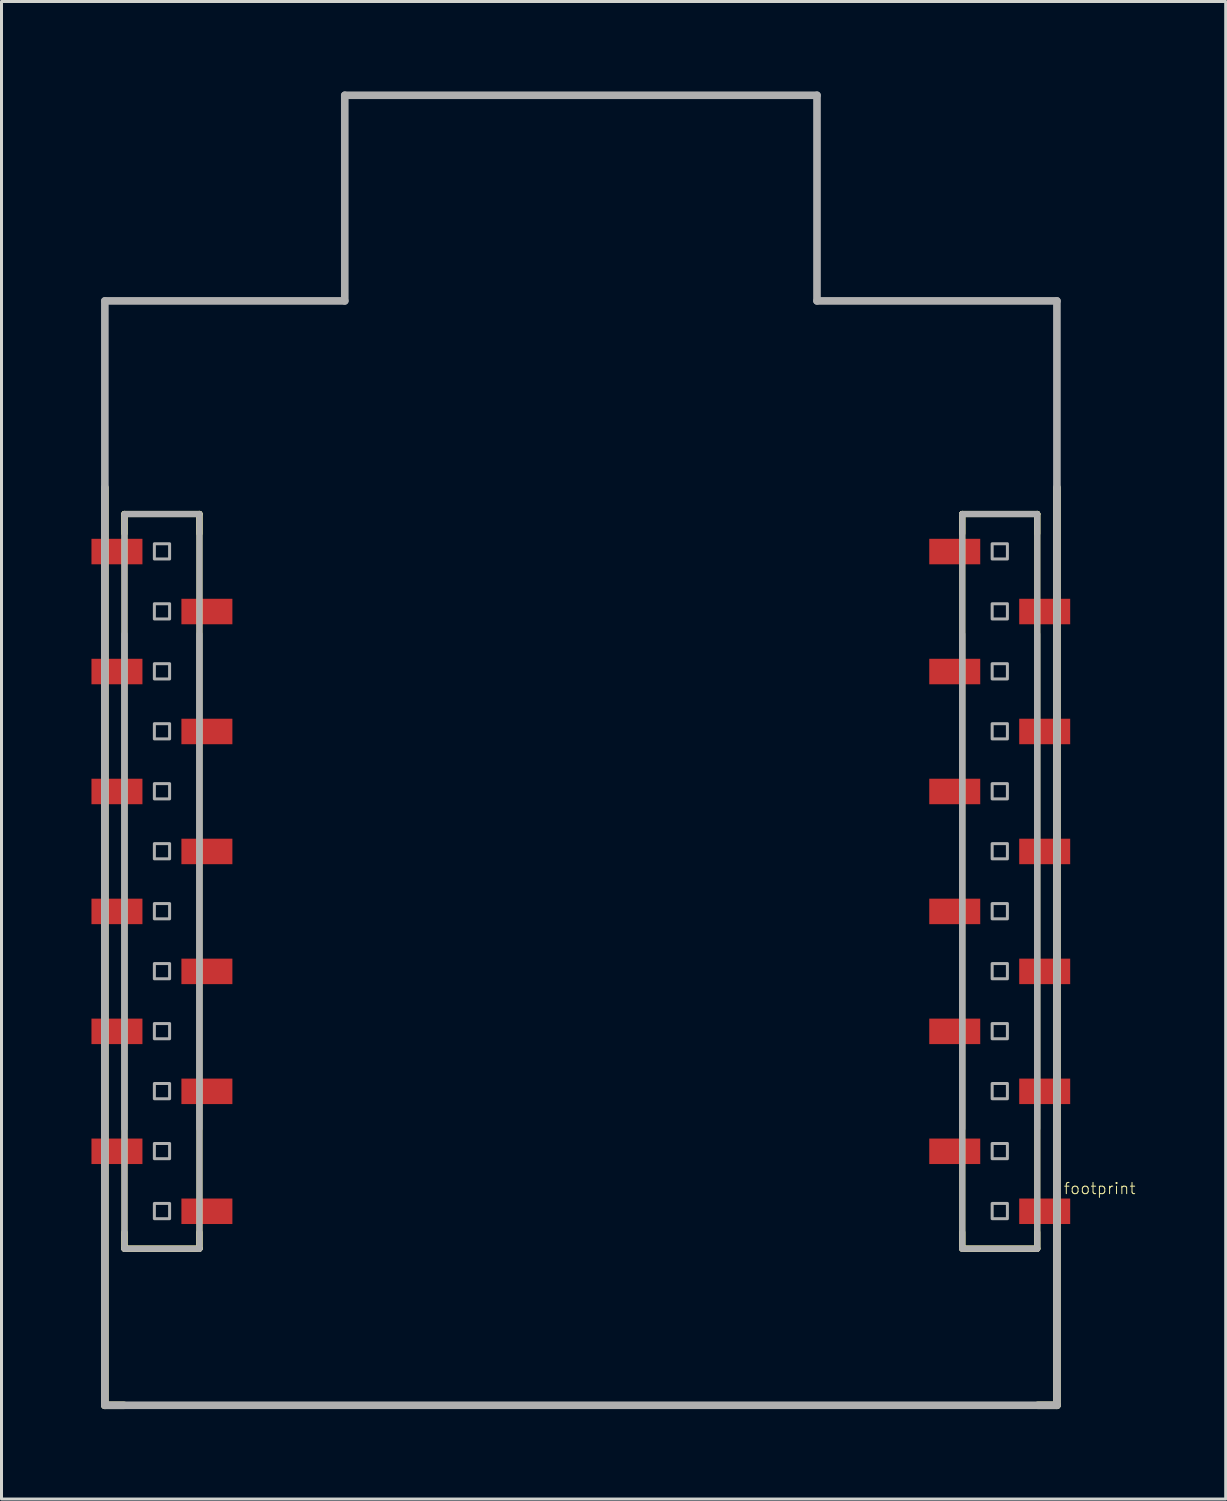
<source format=kicad_pcb>
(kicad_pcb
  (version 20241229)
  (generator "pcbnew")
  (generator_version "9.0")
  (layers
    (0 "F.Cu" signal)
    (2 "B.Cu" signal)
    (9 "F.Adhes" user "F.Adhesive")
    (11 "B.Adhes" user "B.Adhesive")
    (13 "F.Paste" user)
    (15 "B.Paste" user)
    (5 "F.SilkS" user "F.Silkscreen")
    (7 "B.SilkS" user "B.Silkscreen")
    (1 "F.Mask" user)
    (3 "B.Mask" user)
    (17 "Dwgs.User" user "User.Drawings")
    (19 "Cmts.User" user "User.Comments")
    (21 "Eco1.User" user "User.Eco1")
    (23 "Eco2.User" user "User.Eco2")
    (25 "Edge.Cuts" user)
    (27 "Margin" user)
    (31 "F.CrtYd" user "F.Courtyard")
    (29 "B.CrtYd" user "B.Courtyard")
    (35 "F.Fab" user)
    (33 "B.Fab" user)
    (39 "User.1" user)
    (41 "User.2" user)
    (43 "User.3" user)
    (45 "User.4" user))
  (footprint "footprint"
    (layer "F.Cu")
    (at 16.322 24.638)
    (property "Reference" "footprint" (at 16.078 12.167 0) (layer "F.SilkS") (effects (font (size 0.374 0.374) (thickness 0.033)) (justify left bottom)))
    (fp_line (start -15.875 19.177) (end -15.875 -11.43) (stroke (width 0.254) (type solid)) (layer "F.SilkS"))
    (fp_line (start -15.875 19.177) (end -15.24 19.177) (stroke (width 0.254) (type solid)) (layer "F.SilkS"))
    (fp_line (start -15.222 -10.544) (end -15.222 -9.894) (stroke (width 0.203) (type solid)) (layer "F.SilkS"))
    (fp_line (start -15.222 13.957) (end -15.222 13.407) (stroke (width 0.203) (type solid)) (layer "F.SilkS"))
    (fp_line (start -15.222 13.957) (end -12.722 13.957) (stroke (width 0.203) (type solid)) (layer "F.SilkS"))
    (fp_line (start -15.22 -10.55) (end -12.72 -10.55) (stroke (width 0.203) (type solid)) (layer "F.SilkS"))
    (fp_line (start -15.22 13.95) (end -15.22 -10.55) (stroke (width 0.203) (type solid)) (layer "F.SilkS"))
    (fp_line (start -15.22 13.95) (end -12.72 13.95) (stroke (width 0.203) (type solid)) (layer "F.SilkS"))
    (fp_line (start -12.722 -10.544) (end -15.222 -10.544) (stroke (width 0.203) (type solid)) (layer "F.SilkS"))
    (fp_line (start -12.722 -9.894) (end -12.722 -10.544) (stroke (width 0.203) (type solid)) (layer "F.SilkS"))
    (fp_line (start -12.722 13.957) (end -12.722 13.407) (stroke (width 0.203) (type solid)) (layer "F.SilkS"))
    (fp_line (start -12.72 -10.55) (end -12.72 13.95) (stroke (width 0.203) (type solid)) (layer "F.SilkS"))
    (fp_line (start 12.718 -10.544) (end 12.718 -9.894) (stroke (width 0.203) (type solid)) (layer "F.SilkS"))
    (fp_line (start 12.718 13.957) (end 12.718 13.407) (stroke (width 0.203) (type solid)) (layer "F.SilkS"))
    (fp_line (start 12.718 13.957) (end 15.218 13.957) (stroke (width 0.203) (type solid)) (layer "F.SilkS"))
    (fp_line (start 12.72 -10.55) (end 15.22 -10.55) (stroke (width 0.203) (type solid)) (layer "F.SilkS"))
    (fp_line (start 12.72 13.95) (end 12.72 -10.55) (stroke (width 0.203) (type solid)) (layer "F.SilkS"))
    (fp_line (start 12.72 13.95) (end 15.22 13.95) (stroke (width 0.203) (type solid)) (layer "F.SilkS"))
    (fp_line (start 15.218 -10.544) (end 12.718 -10.544) (stroke (width 0.203) (type solid)) (layer "F.SilkS"))
    (fp_line (start 15.218 -9.894) (end 15.218 -10.544) (stroke (width 0.203) (type solid)) (layer "F.SilkS"))
    (fp_line (start 15.218 13.957) (end 15.218 13.407) (stroke (width 0.203) (type solid)) (layer "F.SilkS"))
    (fp_line (start 15.22 -10.55) (end 15.22 13.95) (stroke (width 0.203) (type solid)) (layer "F.SilkS"))
    (fp_line (start 15.875 19.177) (end 15.24 19.177) (stroke (width 0.254) (type solid)) (layer "F.SilkS"))
    (fp_line (start 15.875 19.177) (end 15.875 -11.43) (stroke (width 0.254) (type solid)) (layer "F.SilkS"))
    (fp_line (start -15.875 -17.653) (end -7.874 -17.653) (stroke (width 0.254) (type solid)) (layer "F.Fab"))
    (fp_line (start -15.875 19.177) (end -15.875 -17.653) (stroke (width 0.254) (type solid)) (layer "F.Fab"))
    (fp_line (start -15.875 19.177) (end 15.875 19.177) (stroke (width 0.254) (type solid)) (layer "F.Fab"))
    (fp_line (start -15.222 -10.544) (end -12.722 -10.544) (stroke (width 0.203) (type solid)) (layer "F.Fab"))
    (fp_line (start -15.222 9.956) (end -15.222 -10.544) (stroke (width 0.203) (type solid)) (layer "F.Fab"))
    (fp_line (start -15.222 13.957) (end -15.222 -6.543) (stroke (width 0.203) (type solid)) (layer "F.Fab"))
    (fp_line (start -15.222 13.957) (end -12.722 13.957) (stroke (width 0.203) (type solid)) (layer "F.Fab"))
    (fp_line (start -12.722 -10.544) (end -12.722 9.956) (stroke (width 0.203) (type solid)) (layer "F.Fab"))
    (fp_line (start -12.722 -6.543) (end -12.722 13.957) (stroke (width 0.203) (type solid)) (layer "F.Fab"))
    (fp_line (start -7.874 -24.511) (end 7.874 -24.511) (stroke (width 0.254) (type solid)) (layer "F.Fab"))
    (fp_line (start -7.874 -17.653) (end -7.874 -24.511) (stroke (width 0.254) (type solid)) (layer "F.Fab"))
    (fp_line (start 7.874 -17.653) (end 7.874 -24.511) (stroke (width 0.254) (type solid)) (layer "F.Fab"))
    (fp_line (start 7.874 -17.653) (end 15.875 -17.653) (stroke (width 0.254) (type solid)) (layer "F.Fab"))
    (fp_line (start 12.718 -10.544) (end 15.218 -10.544) (stroke (width 0.203) (type solid)) (layer "F.Fab"))
    (fp_line (start 12.718 9.956) (end 12.718 -10.544) (stroke (width 0.203) (type solid)) (layer "F.Fab"))
    (fp_line (start 12.718 13.957) (end 12.718 -6.543) (stroke (width 0.203) (type solid)) (layer "F.Fab"))
    (fp_line (start 12.718 13.957) (end 15.218 13.957) (stroke (width 0.203) (type solid)) (layer "F.Fab"))
    (fp_line (start 15.218 -10.544) (end 15.218 9.956) (stroke (width 0.203) (type solid)) (layer "F.Fab"))
    (fp_line (start 15.218 -6.543) (end 15.218 13.957) (stroke (width 0.203) (type solid)) (layer "F.Fab"))
    (fp_line (start 15.875 19.177) (end 15.875 -17.653) (stroke (width 0.254) (type solid)) (layer "F.Fab"))
    (fp_poly (pts (xy -13.716 -9.046) (xy -13.716 -9.554) (xy -14.224 -9.554) (xy -14.224 -9.046)) (stroke (width 0.1) (type solid)) (fill no) (layer "F.Fab"))
    (fp_poly (pts (xy -13.716 -7.046) (xy -13.716 -7.554) (xy -14.224 -7.554) (xy -14.224 -7.046)) (stroke (width 0.1) (type solid)) (fill no) (layer "F.Fab"))
    (fp_poly (pts (xy -13.716 -5.046) (xy -13.716 -5.554) (xy -14.224 -5.554) (xy -14.224 -5.046)) (stroke (width 0.1) (type solid)) (fill no) (layer "F.Fab"))
    (fp_poly (pts (xy -13.716 -3.046) (xy -13.716 -3.554) (xy -14.224 -3.554) (xy -14.224 -3.046)) (stroke (width 0.1) (type solid)) (fill no) (layer "F.Fab"))
    (fp_poly (pts (xy -13.716 -1.046) (xy -13.716 -1.554) (xy -14.224 -1.554) (xy -14.224 -1.046)) (stroke (width 0.1) (type solid)) (fill no) (layer "F.Fab"))
    (fp_poly (pts (xy -13.716 0.954) (xy -13.716 0.446) (xy -14.224 0.446) (xy -14.224 0.954)) (stroke (width 0.1) (type solid)) (fill no) (layer "F.Fab"))
    (fp_poly (pts (xy -13.716 2.954) (xy -13.716 2.446) (xy -14.224 2.446) (xy -14.224 2.954)) (stroke (width 0.1) (type solid)) (fill no) (layer "F.Fab"))
    (fp_poly (pts (xy -13.716 4.954) (xy -13.716 4.446) (xy -14.224 4.446) (xy -14.224 4.954)) (stroke (width 0.1) (type solid)) (fill no) (layer "F.Fab"))
    (fp_poly (pts (xy -13.716 6.954) (xy -13.716 6.446) (xy -14.224 6.446) (xy -14.224 6.954)) (stroke (width 0.1) (type solid)) (fill no) (layer "F.Fab"))
    (fp_poly (pts (xy -13.716 8.954) (xy -13.716 8.446) (xy -14.224 8.446) (xy -14.224 8.954)) (stroke (width 0.1) (type solid)) (fill no) (layer "F.Fab"))
    (fp_poly (pts (xy -13.716 10.954) (xy -13.716 10.446) (xy -14.224 10.446) (xy -14.224 10.954)) (stroke (width 0.1) (type solid)) (fill no) (layer "F.Fab"))
    (fp_poly (pts (xy -13.716 12.954) (xy -13.716 12.446) (xy -14.224 12.446) (xy -14.224 12.954)) (stroke (width 0.1) (type solid)) (fill no) (layer "F.Fab"))
    (fp_poly (pts (xy 14.224 -9.046) (xy 14.224 -9.554) (xy 13.716 -9.554) (xy 13.716 -9.046)) (stroke (width 0.1) (type solid)) (fill no) (layer "F.Fab"))
    (fp_poly (pts (xy 14.224 -7.046) (xy 14.224 -7.554) (xy 13.716 -7.554) (xy 13.716 -7.046)) (stroke (width 0.1) (type solid)) (fill no) (layer "F.Fab"))
    (fp_poly (pts (xy 14.224 -5.046) (xy 14.224 -5.554) (xy 13.716 -5.554) (xy 13.716 -5.046)) (stroke (width 0.1) (type solid)) (fill no) (layer "F.Fab"))
    (fp_poly (pts (xy 14.224 -3.046) (xy 14.224 -3.554) (xy 13.716 -3.554) (xy 13.716 -3.046)) (stroke (width 0.1) (type solid)) (fill no) (layer "F.Fab"))
    (fp_poly (pts (xy 14.224 -1.046) (xy 14.224 -1.554) (xy 13.716 -1.554) (xy 13.716 -1.046)) (stroke (width 0.1) (type solid)) (fill no) (layer "F.Fab"))
    (fp_poly (pts (xy 14.224 0.954) (xy 14.224 0.446) (xy 13.716 0.446) (xy 13.716 0.954)) (stroke (width 0.1) (type solid)) (fill no) (layer "F.Fab"))
    (fp_poly (pts (xy 14.224 2.954) (xy 14.224 2.446) (xy 13.716 2.446) (xy 13.716 2.954)) (stroke (width 0.1) (type solid)) (fill no) (layer "F.Fab"))
    (fp_poly (pts (xy 14.224 4.954) (xy 14.224 4.446) (xy 13.716 4.446) (xy 13.716 4.954)) (stroke (width 0.1) (type solid)) (fill no) (layer "F.Fab"))
    (fp_poly (pts (xy 14.224 6.954) (xy 14.224 6.446) (xy 13.716 6.446) (xy 13.716 6.954)) (stroke (width 0.1) (type solid)) (fill no) (layer "F.Fab"))
    (fp_poly (pts (xy 14.224 8.954) (xy 14.224 8.446) (xy 13.716 8.446) (xy 13.716 8.954)) (stroke (width 0.1) (type solid)) (fill no) (layer "F.Fab"))
    (fp_poly (pts (xy 14.224 10.954) (xy 14.224 10.446) (xy 13.716 10.446) (xy 13.716 10.954)) (stroke (width 0.1) (type solid)) (fill no) (layer "F.Fab"))
    (fp_poly (pts (xy 14.224 12.954) (xy 14.224 12.446) (xy 13.716 12.446) (xy 13.716 12.954)) (stroke (width 0.1) (type solid)) (fill no) (layer "F.Fab"))
    (pad "P1" smd rect (at -15.472 -9.294 90) (size 0.85 1.7) (layers "F.Cu" "F.Mask" "F.Paste"))
    (pad "P2" smd rect (at 12.468 -9.294 90) (size 0.85 1.7) (layers "F.Cu" "F.Mask" "F.Paste"))
    (pad "P3" smd rect (at -12.472 -7.294 90) (size 0.85 1.7) (layers "F.Cu" "F.Mask" "F.Paste"))
    (pad "P4" smd rect (at 15.468 -7.294 90) (size 0.85 1.7) (layers "F.Cu" "F.Mask" "F.Paste"))
    (pad "P5" smd rect (at -15.472 -5.293 90) (size 0.85 1.7) (layers "F.Cu" "F.Mask" "F.Paste"))
    (pad "P6" smd rect (at 12.468 -5.293 90) (size 0.85 1.7) (layers "F.Cu" "F.Mask" "F.Paste"))
    (pad "P7" smd rect (at -12.472 -3.294 90) (size 0.85 1.7) (layers "F.Cu" "F.Mask" "F.Paste"))
    (pad "P8" smd rect (at 15.468 -3.294 90) (size 0.85 1.7) (layers "F.Cu" "F.Mask" "F.Paste"))
    (pad "P9" smd rect (at -15.472 -1.293 90) (size 0.85 1.7) (layers "F.Cu" "F.Mask" "F.Paste"))
    (pad "P10" smd rect (at 12.468 -1.293 90) (size 0.85 1.7) (layers "F.Cu" "F.Mask" "F.Paste"))
    (pad "P11" smd rect (at -12.472 0.707 90) (size 0.85 1.7) (layers "F.Cu" "F.Mask" "F.Paste"))
    (pad "P12" smd rect (at 15.468 0.707 90) (size 0.85 1.7) (layers "F.Cu" "F.Mask" "F.Paste"))
    (pad "P13" smd rect (at -15.472 2.707 90) (size 0.85 1.7) (layers "F.Cu" "F.Mask" "F.Paste"))
    (pad "P14" smd rect (at 12.468 2.707 90) (size 0.85 1.7) (layers "F.Cu" "F.Mask" "F.Paste"))
    (pad "P15" smd rect (at -12.472 4.707 90) (size 0.85 1.7) (layers "F.Cu" "F.Mask" "F.Paste"))
    (pad "P16" smd rect (at 15.468 4.707 90) (size 0.85 1.7) (layers "F.Cu" "F.Mask" "F.Paste"))
    (pad "P17" smd rect (at -15.472 6.707 90) (size 0.85 1.7) (layers "F.Cu" "F.Mask" "F.Paste"))
    (pad "P18" smd rect (at 12.468 6.707 90) (size 0.85 1.7) (layers "F.Cu" "F.Mask" "F.Paste"))
    (pad "P19" smd rect (at -12.472 8.707 90) (size 0.85 1.7) (layers "F.Cu" "F.Mask" "F.Paste"))
    (pad "P20" smd rect (at 15.468 8.707 90) (size 0.85 1.7) (layers "F.Cu" "F.Mask" "F.Paste"))
    (pad "P21" smd rect (at -15.472 10.707 90) (size 0.85 1.7) (layers "F.Cu" "F.Mask" "F.Paste"))
    (pad "P22" smd rect (at 12.468 10.707 90) (size 0.85 1.7) (layers "F.Cu" "F.Mask" "F.Paste"))
    (pad "P23" smd rect (at -12.472 12.707 90) (size 0.85 1.7) (layers "F.Cu" "F.Mask" "F.Paste"))
    (pad "P24" smd rect (at 15.468 12.707 90) (size 0.85 1.7) (layers "F.Cu" "F.Mask" "F.Paste")))
  (gr_rect
    (start -3 -3)
    (end 37.826 46.942)
    (stroke (width 0.1) (type default))
    (fill no)
    (layer "Edge.Cuts")))
</source>
